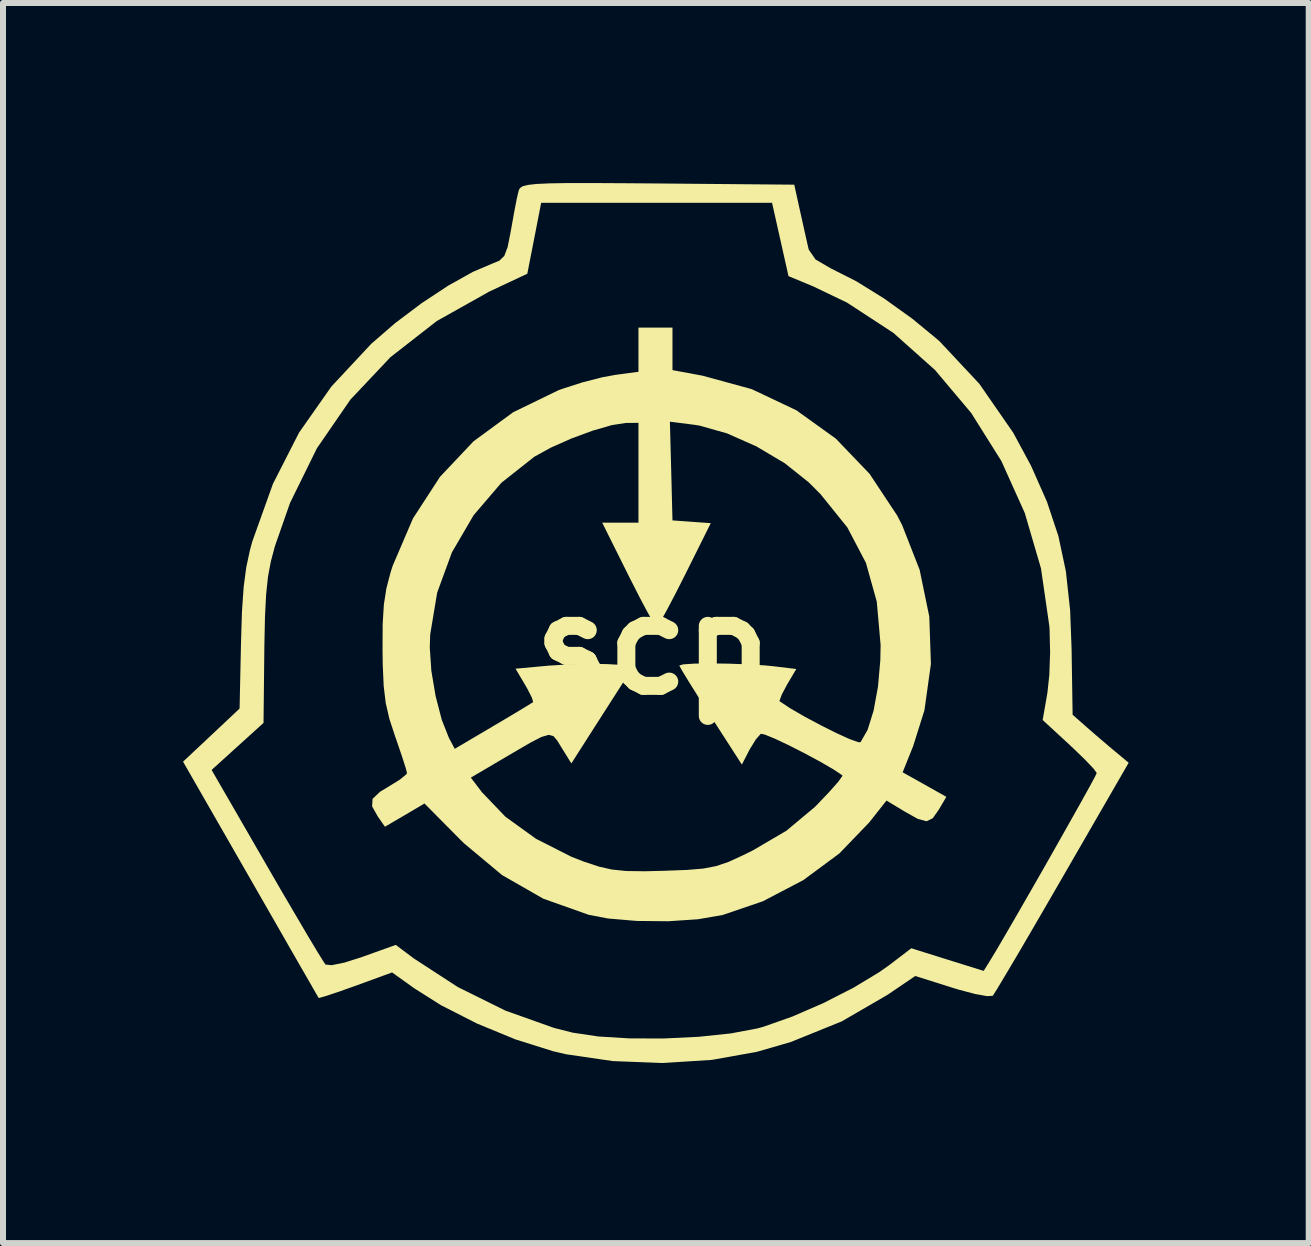
<source format=kicad_pcb>
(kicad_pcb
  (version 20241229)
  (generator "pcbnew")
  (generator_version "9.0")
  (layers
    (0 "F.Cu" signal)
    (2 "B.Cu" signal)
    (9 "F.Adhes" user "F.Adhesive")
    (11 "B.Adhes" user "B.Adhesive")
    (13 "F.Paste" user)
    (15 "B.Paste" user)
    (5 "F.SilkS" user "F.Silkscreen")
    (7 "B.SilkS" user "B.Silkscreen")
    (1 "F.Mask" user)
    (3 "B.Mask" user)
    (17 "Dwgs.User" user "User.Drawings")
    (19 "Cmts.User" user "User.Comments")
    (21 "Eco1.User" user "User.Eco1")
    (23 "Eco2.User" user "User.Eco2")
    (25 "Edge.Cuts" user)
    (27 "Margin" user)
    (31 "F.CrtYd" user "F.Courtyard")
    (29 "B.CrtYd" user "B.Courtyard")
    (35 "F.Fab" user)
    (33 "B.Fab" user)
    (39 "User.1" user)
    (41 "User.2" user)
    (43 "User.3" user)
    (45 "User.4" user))
  (footprint "scp"
    (layer "F.Cu")
    (at 7.815 7.7)
    (property "Reference" "scp" (at 0 0 0) (layer "F.SilkS") (effects (font (size 1.5 1.5) (thickness 0.3))))
    (attr board_only exclude_from_pos_files exclude_from_bom)
    (fp_poly (pts (xy -0.446 -7.697) (xy 0.094 -7.693) (xy 2.369 -7.673) (xy 2.469 -7.219) (xy 2.53 -6.945) (xy 2.583 -6.708) (xy 2.61 -6.592) (xy 2.723 -6.427) (xy 2.982 -6.276) (xy 2.993 -6.271) (xy 3.404 -6.063) (xy 3.868 -5.775) (xy 4.334 -5.441) (xy 4.754 -5.095) (xy 4.792 -5.061) (xy 5.452 -4.356) (xy 6.018 -3.539) (xy 6.316 -2.986) (xy 6.58 -2.389) (xy 6.77 -1.818) (xy 6.895 -1.23) (xy 6.966 -0.578) (xy 6.99 0.069) (xy 7.007 1.159) (xy 7.228 1.354) (xy 7.441 1.539) (xy 7.669 1.733) (xy 7.695 1.754) (xy 7.941 1.959) (xy 6.837 3.871) (xy 6.554 4.36) (xy 6.294 4.807) (xy 6.067 5.195) (xy 5.882 5.506) (xy 5.751 5.725) (xy 5.682 5.834) (xy 5.676 5.842) (xy 5.583 5.848) (xy 5.383 5.812) (xy 5.114 5.741) (xy 5.002 5.707) (xy 4.385 5.512) (xy 3.923 5.826) (xy 3.159 6.269) (xy 2.311 6.612) (xy 1.749 6.775) (xy 0.996 6.91) (xy 0.176 6.962) (xy -0.654 6.93) (xy -1.435 6.816) (xy -1.652 6.765) (xy -2.278 6.568) (xy -2.918 6.304) (xy -3.515 6) (xy -3.961 5.718) (xy -4.332 5.453) (xy -4.938 5.674) (xy -5.213 5.772) (xy -5.426 5.843) (xy -5.544 5.877) (xy -5.556 5.877) (xy -5.596 5.809) (xy -5.7 5.627) (xy -5.862 5.346) (xy -6.071 4.982) (xy -6.317 4.552) (xy -6.592 4.073) (xy -6.691 3.9) (xy -7.736 2.079) (xy -7.339 2.079) (xy -6.423 3.666) (xy -6.165 4.112) (xy -5.929 4.514) (xy -5.728 4.856) (xy -5.571 5.117) (xy -5.471 5.278) (xy -5.441 5.322) (xy -5.338 5.332) (xy -5.127 5.289) (xy -4.839 5.198) (xy -4.823 5.192) (xy -4.271 4.994) (xy -3.969 5.22) (xy -3.239 5.695) (xy -2.444 6.089) (xy -1.635 6.377) (xy -1.323 6.456) (xy -0.895 6.52) (xy -0.372 6.552) (xy 0.202 6.553) (xy 0.778 6.525) (xy 1.311 6.469) (xy 1.754 6.386) (xy 1.852 6.359) (xy 2.334 6.189) (xy 2.853 5.964) (xy 3.355 5.708) (xy 3.787 5.447) (xy 3.957 5.327) (xy 4.319 5.05) (xy 4.922 5.239) (xy 5.525 5.427) (xy 5.626 5.265) (xy 5.732 5.09) (xy 5.886 4.827) (xy 6.077 4.498) (xy 6.292 4.124) (xy 6.519 3.728) (xy 6.743 3.333) (xy 6.954 2.959) (xy 7.139 2.63) (xy 7.285 2.367) (xy 7.379 2.193) (xy 7.409 2.13) (xy 7.357 2.058) (xy 7.22 1.914) (xy 7.023 1.723) (xy 6.959 1.663) (xy 6.508 1.247) (xy 6.587 0.794) (xy 6.619 0.495) (xy 6.632 0.119) (xy 6.623 -0.26) (xy 6.619 -0.319) (xy 6.48 -1.28) (xy 6.21 -2.202) (xy 5.819 -3.07) (xy 5.317 -3.869) (xy 4.714 -4.585) (xy 4.021 -5.203) (xy 3.248 -5.708) (xy 2.685 -5.978) (xy 2.273 -6.149) (xy 2.136 -6.76) (xy 1.999 -7.371) (xy 0.075 -7.371) (xy -1.848 -7.371) (xy -1.963 -6.78) (xy -2.079 -6.189) (xy -2.712 -5.892) (xy -3.587 -5.401) (xy -4.359 -4.799) (xy -5.027 -4.091) (xy -5.585 -3.28) (xy -6.032 -2.371) (xy -6.284 -1.65) (xy -6.352 -1.396) (xy -6.4 -1.138) (xy -6.431 -0.842) (xy -6.45 -0.472) (xy -6.46 0.008) (xy -6.461 0.1) (xy -6.474 1.295) (xy -6.907 1.687) (xy -7.339 2.079) (xy -7.736 2.079) (xy -7.815 1.941) (xy -7.344 1.499) (xy -6.873 1.056) (xy -6.849 -0.058) (xy -6.833 -0.57) (xy -6.805 -0.97) (xy -6.762 -1.296) (xy -6.7 -1.586) (xy -6.661 -1.728) (xy -6.317 -2.689) (xy -5.882 -3.542) (xy -5.343 -4.31) (xy -4.686 -5.014) (xy -4.677 -5.023) (xy -4.279 -5.368) (xy -3.839 -5.699) (xy -3.396 -5.991) (xy -2.986 -6.22) (xy -2.674 -6.353) (xy -2.544 -6.407) (xy -2.462 -6.487) (xy -2.407 -6.633) (xy -2.357 -6.883) (xy -2.347 -6.939) (xy -2.297 -7.218) (xy -2.252 -7.451) (xy -2.221 -7.58) (xy -2.201 -7.617) (xy -2.156 -7.647) (xy -2.069 -7.669) (xy -1.924 -7.685) (xy -1.705 -7.695) (xy -1.397 -7.7) (xy -0.983 -7.7)) (stroke (width 0) (type solid)) (fill yes) (layer "F.SilkS"))
    (fp_poly (pts (xy 0.34 -4.938) (xy 0.34 -4.583) (xy 0.842 -4.49) (xy 1.661 -4.266) (xy 2.404 -3.914) (xy 3.061 -3.442) (xy 3.624 -2.855) (xy 4.083 -2.162) (xy 4.166 -2.002) (xy 4.458 -1.256) (xy 4.619 -0.476) (xy 4.646 0.313) (xy 4.538 1.085) (xy 4.35 1.682) (xy 4.175 2.118) (xy 4.539 2.322) (xy 4.903 2.527) (xy 4.779 2.738) (xy 4.677 2.883) (xy 4.574 2.934) (xy 4.428 2.895) (xy 4.202 2.768) (xy 3.906 2.589) (xy 3.615 2.957) (xy 3.122 3.469) (xy 2.521 3.914) (xy 1.846 4.267) (xy 1.175 4.496) (xy 0.763 4.567) (xy 0.267 4.6) (xy -0.252 4.595) (xy -0.735 4.554) (xy -1.058 4.492) (xy -1.813 4.224) (xy -2.499 3.831) (xy -3.133 3.302) (xy -3.2 3.236) (xy -3.792 2.638) (xy -4.121 2.832) (xy -4.451 3.025) (xy -4.569 2.856) (xy -4.665 2.686) (xy -4.657 2.56) (xy -4.53 2.44) (xy -4.385 2.353) (xy -4.204 2.241) (xy -4.097 2.154) (xy -4.083 2.131) (xy -4.107 2.04) (xy -4.17 1.844) (xy -4.259 1.583) (xy -4.284 1.512) (xy -4.378 1.225) (xy -4.438 0.964) (xy -4.472 0.68) (xy -4.488 0.322) (xy -4.491 0.076) (xy -4.491 0.038) (xy -3.704 0.038) (xy -3.678 0.426) (xy -3.607 0.847) (xy -3.505 1.241) (xy -3.385 1.545) (xy -3.382 1.55) (xy -3.288 1.727) (xy -2.646 1.348) (xy -2.371 1.185) (xy -2.151 1.053) (xy -2.013 0.968) (xy -1.981 0.948) (xy -2.002 0.876) (xy -2.08 0.723) (xy -2.117 0.659) (xy -2.275 0.392) (xy -1.723 0.341) (xy -1.368 0.319) (xy -0.999 0.31) (xy -0.737 0.316) (xy -0.302 0.34) (xy -0.824 1.155) (xy -1.345 1.97) (xy -1.51 1.704) (xy -1.582 1.587) (xy -1.644 1.515) (xy -1.721 1.494) (xy -1.84 1.528) (xy -2.025 1.623) (xy -2.301 1.784) (xy -2.512 1.908) (xy -3.02 2.207) (xy -2.835 2.45) (xy -2.443 2.859) (xy -1.934 3.226) (xy -1.341 3.527) (xy -1.135 3.607) (xy -0.891 3.688) (xy -0.672 3.738) (xy -0.429 3.763) (xy -0.118 3.767) (xy 0.204 3.759) (xy 0.581 3.745) (xy 0.855 3.722) (xy 1.071 3.68) (xy 1.279 3.609) (xy 1.524 3.496) (xy 1.678 3.42) (xy 2.239 3.091) (xy 2.713 2.695) (xy 2.755 2.652) (xy 2.954 2.443) (xy 3.1 2.278) (xy 3.169 2.182) (xy 3.171 2.169) (xy 3.026 2.072) (xy 2.806 1.944) (xy 2.546 1.804) (xy 2.281 1.669) (xy 2.046 1.558) (xy 1.877 1.489) (xy 1.812 1.476) (xy 1.729 1.57) (xy 1.626 1.737) (xy 1.617 1.755) (xy 1.496 1.989) (xy 0.975 1.181) (xy 0.778 0.874) (xy 0.616 0.615) (xy 0.502 0.428) (xy 0.454 0.341) (xy 0.454 0.338) (xy 0.523 0.319) (xy 0.707 0.307) (xy 0.97 0.304) (xy 1.276 0.308) (xy 1.587 0.319) (xy 1.869 0.336) (xy 2.014 0.35) (xy 2.403 0.397) (xy 2.25 0.655) (xy 2.161 0.823) (xy 2.124 0.924) (xy 2.126 0.935) (xy 2.304 1.053) (xy 2.544 1.192) (xy 2.812 1.335) (xy 3.072 1.465) (xy 3.292 1.565) (xy 3.436 1.616) (xy 3.473 1.617) (xy 3.591 1.411) (xy 3.691 1.09) (xy 3.764 0.692) (xy 3.803 0.251) (xy 3.808 0) (xy 3.744 -0.725) (xy 3.563 -1.372) (xy 3.254 -1.961) (xy 2.807 -2.516) (xy 2.607 -2.716) (xy 2.21 -3.032) (xy 1.74 -3.311) (xy 1.249 -3.529) (xy 0.788 -3.659) (xy 0.697 -3.673) (xy 0.297 -3.724) (xy 0.319 -2.902) (xy 0.34 -2.079) (xy 0.659 -2.056) (xy 0.978 -2.033) (xy 0.547 -1.168) (xy 0.382 -0.843) (xy 0.24 -0.573) (xy 0.134 -0.385) (xy 0.079 -0.304) (xy 0.076 -0.302) (xy 0.029 -0.366) (xy -0.071 -0.54) (xy -0.209 -0.8) (xy -0.371 -1.118) (xy -0.398 -1.172) (xy -0.831 -2.041) (xy -0.529 -2.041) (xy -0.227 -2.041) (xy -0.227 -2.873) (xy -0.227 -3.704) (xy -0.435 -3.703) (xy -0.669 -3.667) (xy -0.988 -3.575) (xy -1.343 -3.444) (xy -1.686 -3.292) (xy -1.962 -3.14) (xy -2.511 -2.706) (xy -2.973 -2.166) (xy -3.335 -1.547) (xy -3.581 -0.875) (xy -3.697 -0.178) (xy -3.704 0.038) (xy -4.491 0.038) (xy -4.489 -0.351) (xy -4.469 -0.676) (xy -4.427 -0.947) (xy -4.357 -1.214) (xy -4.322 -1.323) (xy -3.984 -2.112) (xy -3.533 -2.806) (xy -2.974 -3.398) (xy -2.315 -3.881) (xy -1.562 -4.247) (xy -1.479 -4.277) (xy -1.157 -4.38) (xy -0.824 -4.465) (xy -0.611 -4.504) (xy -0.227 -4.555) (xy -0.227 -4.923) (xy -0.227 -5.292) (xy 0.057 -5.292) (xy 0.34 -5.292)) (stroke (width 0) (type solid)) (fill yes) (layer "F.SilkS")))
  (gr_rect
    (start -3 -3)
    (end 18.756 17.662)
    (stroke (width 0.1) (type default))
    (fill no)
    (layer "Edge.Cuts")))
</source>
